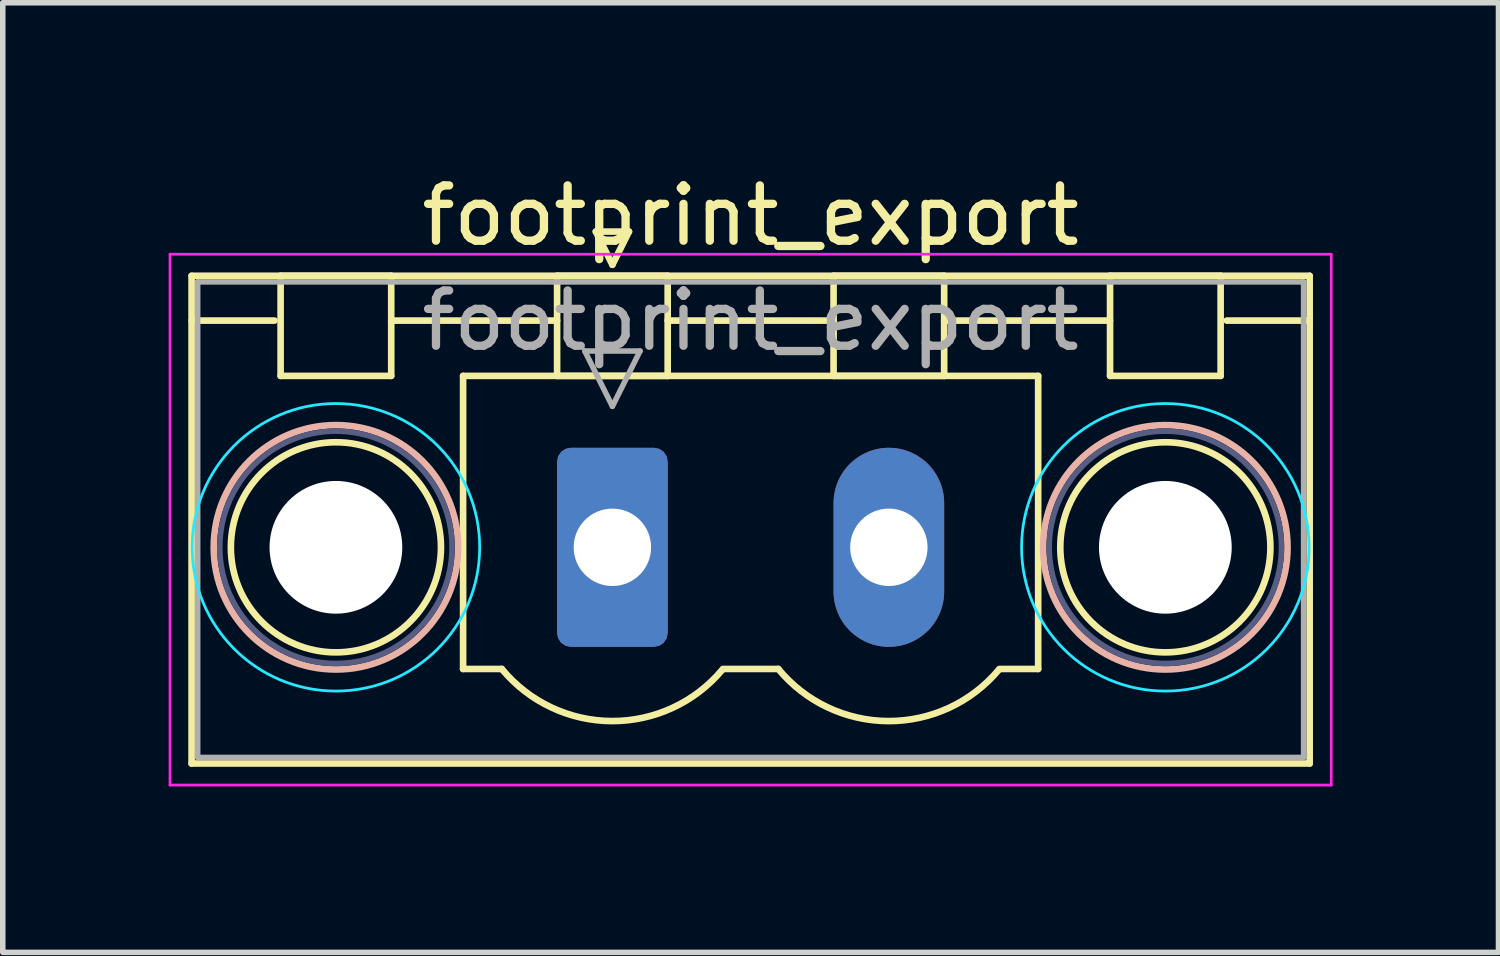
<source format=kicad_pcb>
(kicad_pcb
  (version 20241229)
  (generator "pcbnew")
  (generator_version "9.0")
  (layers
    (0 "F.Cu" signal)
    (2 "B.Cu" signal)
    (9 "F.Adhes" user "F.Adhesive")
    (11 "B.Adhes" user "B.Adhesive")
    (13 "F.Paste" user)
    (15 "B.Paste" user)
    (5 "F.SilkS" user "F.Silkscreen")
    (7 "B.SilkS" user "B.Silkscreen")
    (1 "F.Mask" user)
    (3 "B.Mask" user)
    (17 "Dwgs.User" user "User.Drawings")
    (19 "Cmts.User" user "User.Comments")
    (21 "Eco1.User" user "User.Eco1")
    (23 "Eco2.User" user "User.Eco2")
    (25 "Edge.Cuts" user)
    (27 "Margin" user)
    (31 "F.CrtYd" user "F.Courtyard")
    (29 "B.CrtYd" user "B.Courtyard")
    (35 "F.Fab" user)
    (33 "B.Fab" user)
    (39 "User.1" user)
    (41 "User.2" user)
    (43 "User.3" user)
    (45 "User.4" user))
  (footprint "footprint_export"
    (layer "F.Cu")
    (at 8.025 6.848)
    (property "Reference" "footprint_export" (at 2.5 -6 0) (layer "F.SilkS") (effects (font (size 1 1) (thickness 0.15))))
    (attr through_hole)
    (fp_line (start -7.61 -4.91) (end -7.61 3.91) (stroke (width 0.12) (type solid)) (layer "F.SilkS"))
    (fp_line (start -7.61 -4.1) (end -6.11 -4.1) (stroke (width 0.12) (type solid)) (layer "F.SilkS"))
    (fp_line (start -7.61 3.91) (end 12.61 3.91) (stroke (width 0.12) (type solid)) (layer "F.SilkS"))
    (fp_line (start -6 -4.91) (end -4 -4.91) (stroke (width 0.12) (type solid)) (layer "F.SilkS"))
    (fp_line (start -6 -3.1) (end -6 -4.91) (stroke (width 0.12) (type solid)) (layer "F.SilkS"))
    (fp_line (start -4 -4.91) (end -4 -3.1) (stroke (width 0.12) (type solid)) (layer "F.SilkS"))
    (fp_line (start -4 -4.1) (end -1 -4.1) (stroke (width 0.12) (type solid)) (layer "F.SilkS"))
    (fp_line (start -4 -3.1) (end -6 -3.1) (stroke (width 0.12) (type solid)) (layer "F.SilkS"))
    (fp_line (start -2.7 -3.1) (end 7.7 -3.1) (stroke (width 0.12) (type solid)) (layer "F.SilkS"))
    (fp_line (start -2.7 2.2) (end -2.7 -3.1) (stroke (width 0.12) (type solid)) (layer "F.SilkS"))
    (fp_line (start -2 2.2) (end -2.7 2.2) (stroke (width 0.12) (type solid)) (layer "F.SilkS"))
    (fp_line (start -1 -4.91) (end 1 -4.91) (stroke (width 0.12) (type solid)) (layer "F.SilkS"))
    (fp_line (start -1 -3.1) (end -1 -4.91) (stroke (width 0.12) (type solid)) (layer "F.SilkS"))
    (fp_line (start -0.3 -5.71) (end 0.3 -5.71) (stroke (width 0.12) (type solid)) (layer "F.SilkS"))
    (fp_line (start 0 -5.11) (end -0.3 -5.71) (stroke (width 0.12) (type solid)) (layer "F.SilkS"))
    (fp_line (start 0.3 -5.71) (end 0 -5.11) (stroke (width 0.12) (type solid)) (layer "F.SilkS"))
    (fp_line (start 1 -4.91) (end 1 -3.1) (stroke (width 0.12) (type solid)) (layer "F.SilkS"))
    (fp_line (start 1 -4.1) (end 4 -4.1) (stroke (width 0.12) (type solid)) (layer "F.SilkS"))
    (fp_line (start 1 -3.1) (end -1 -3.1) (stroke (width 0.12) (type solid)) (layer "F.SilkS"))
    (fp_line (start 2 2.2) (end 3 2.2) (stroke (width 0.12) (type solid)) (layer "F.SilkS"))
    (fp_line (start 4 -4.91) (end 6 -4.91) (stroke (width 0.12) (type solid)) (layer "F.SilkS"))
    (fp_line (start 4 -3.1) (end 4 -4.91) (stroke (width 0.12) (type solid)) (layer "F.SilkS"))
    (fp_line (start 6 -4.91) (end 6 -3.1) (stroke (width 0.12) (type solid)) (layer "F.SilkS"))
    (fp_line (start 6 -4.1) (end 9 -4.1) (stroke (width 0.12) (type solid)) (layer "F.SilkS"))
    (fp_line (start 6 -3.1) (end 4 -3.1) (stroke (width 0.12) (type solid)) (layer "F.SilkS"))
    (fp_line (start 7.7 -3.1) (end 7.7 2.2) (stroke (width 0.12) (type solid)) (layer "F.SilkS"))
    (fp_line (start 7.7 2.2) (end 7 2.2) (stroke (width 0.12) (type solid)) (layer "F.SilkS"))
    (fp_line (start 9 -4.91) (end 11 -4.91) (stroke (width 0.12) (type solid)) (layer "F.SilkS"))
    (fp_line (start 9 -3.1) (end 9 -4.91) (stroke (width 0.12) (type solid)) (layer "F.SilkS"))
    (fp_line (start 11 -4.91) (end 11 -3.1) (stroke (width 0.12) (type solid)) (layer "F.SilkS"))
    (fp_line (start 11 -3.1) (end 9 -3.1) (stroke (width 0.12) (type solid)) (layer "F.SilkS"))
    (fp_line (start 12.61 -4.91) (end -7.61 -4.91) (stroke (width 0.12) (type solid)) (layer "F.SilkS"))
    (fp_line (start 12.61 -4.1) (end 11.11 -4.1) (stroke (width 0.12) (type solid)) (layer "F.SilkS"))
    (fp_line (start 12.61 3.91) (end 12.61 -4.91) (stroke (width 0.12) (type solid)) (layer "F.SilkS"))
    (fp_arc (start 1.986842 2.215821) (mid -0.010289 3.142758) (end -2 2.2) (stroke (width 0.12) (type solid)) (layer "F.SilkS"))
    (fp_arc (start 6.986842 2.215821) (mid 4.989711 3.142758) (end 3 2.2) (stroke (width 0.12) (type solid)) (layer "F.SilkS"))
    (fp_circle (center -5 0) (end -3.1 0) (stroke (width 0.12) (type solid)) (fill no) (layer "F.SilkS"))
    (fp_circle (center 10 0) (end 11.9 0) (stroke (width 0.12) (type solid)) (fill no) (layer "F.SilkS"))
    (fp_circle (center -5 0) (end -2.79 0) (stroke (width 0.12) (type solid)) (fill no) (layer "B.SilkS"))
    (fp_circle (center 10 0) (end 12.21 0) (stroke (width 0.12) (type solid)) (fill no) (layer "B.SilkS"))
    (fp_circle (center -5 0) (end -2.4 0) (stroke (width 0.05) (type solid)) (fill no) (layer "B.CrtYd"))
    (fp_circle (center 10 0) (end 12.6 0) (stroke (width 0.05) (type solid)) (fill no) (layer "B.CrtYd"))
    (fp_line (start -8 -5.3) (end -8 4.3) (stroke (width 0.05) (type solid)) (layer "F.CrtYd"))
    (fp_line (start -8 4.3) (end 13 4.3) (stroke (width 0.05) (type solid)) (layer "F.CrtYd"))
    (fp_line (start 13 -5.3) (end -8 -5.3) (stroke (width 0.05) (type solid)) (layer "F.CrtYd"))
    (fp_line (start 13 4.3) (end 13 -5.3) (stroke (width 0.05) (type solid)) (layer "F.CrtYd"))
    (fp_circle (center -5 0) (end -2.9 0) (stroke (width 0.1) (type solid)) (fill no) (layer "B.Fab"))
    (fp_circle (center 10 0) (end 12.1 0) (stroke (width 0.1) (type solid)) (fill no) (layer "B.Fab"))
    (fp_line (start -7.5 -4.8) (end -7.5 3.8) (stroke (width 0.1) (type solid)) (layer "F.Fab"))
    (fp_line (start -7.5 3.8) (end 12.5 3.8) (stroke (width 0.1) (type solid)) (layer "F.Fab"))
    (fp_line (start -0.5 -3.55) (end 0.5 -3.55) (stroke (width 0.1) (type solid)) (layer "F.Fab"))
    (fp_line (start 0 -2.55) (end -0.5 -3.55) (stroke (width 0.1) (type solid)) (layer "F.Fab"))
    (fp_line (start 0.5 -3.55) (end 0 -2.55) (stroke (width 0.1) (type solid)) (layer "F.Fab"))
    (fp_line (start 12.5 -4.8) (end -7.5 -4.8) (stroke (width 0.1) (type solid)) (layer "F.Fab"))
    (fp_line (start 12.5 3.8) (end 12.5 -4.8) (stroke (width 0.1) (type solid)) (layer "F.Fab"))
    (fp_text user "${REFERENCE}" (at 2.5 -4.1 0) (layer "F.Fab") (effects (font (size 1 1) (thickness 0.15))))
    (pad "" np_thru_hole circle (at -5 0) (size 2.4 2.4) (drill 2.4) (layers "*.Cu" "*.Mask"))
    (pad "" np_thru_hole circle (at 10 0) (size 2.4 2.4) (drill 2.4) (layers "*.Cu" "*.Mask"))
    (pad "1" thru_hole roundrect (at 0 0) (size 2 3.6) (drill 1.4) (layers "*.Cu" "*.Mask") (roundrect_rratio 0.125))
    (pad "2" thru_hole oval (at 5 0) (size 2 3.6) (drill 1.4) (layers "*.Cu" "*.Mask")))
  (gr_rect
    (start -3 -3)
    (end 24.05 14.173)
    (stroke (width 0.1) (type default))
    (fill no)
    (layer "Edge.Cuts")))
</source>
